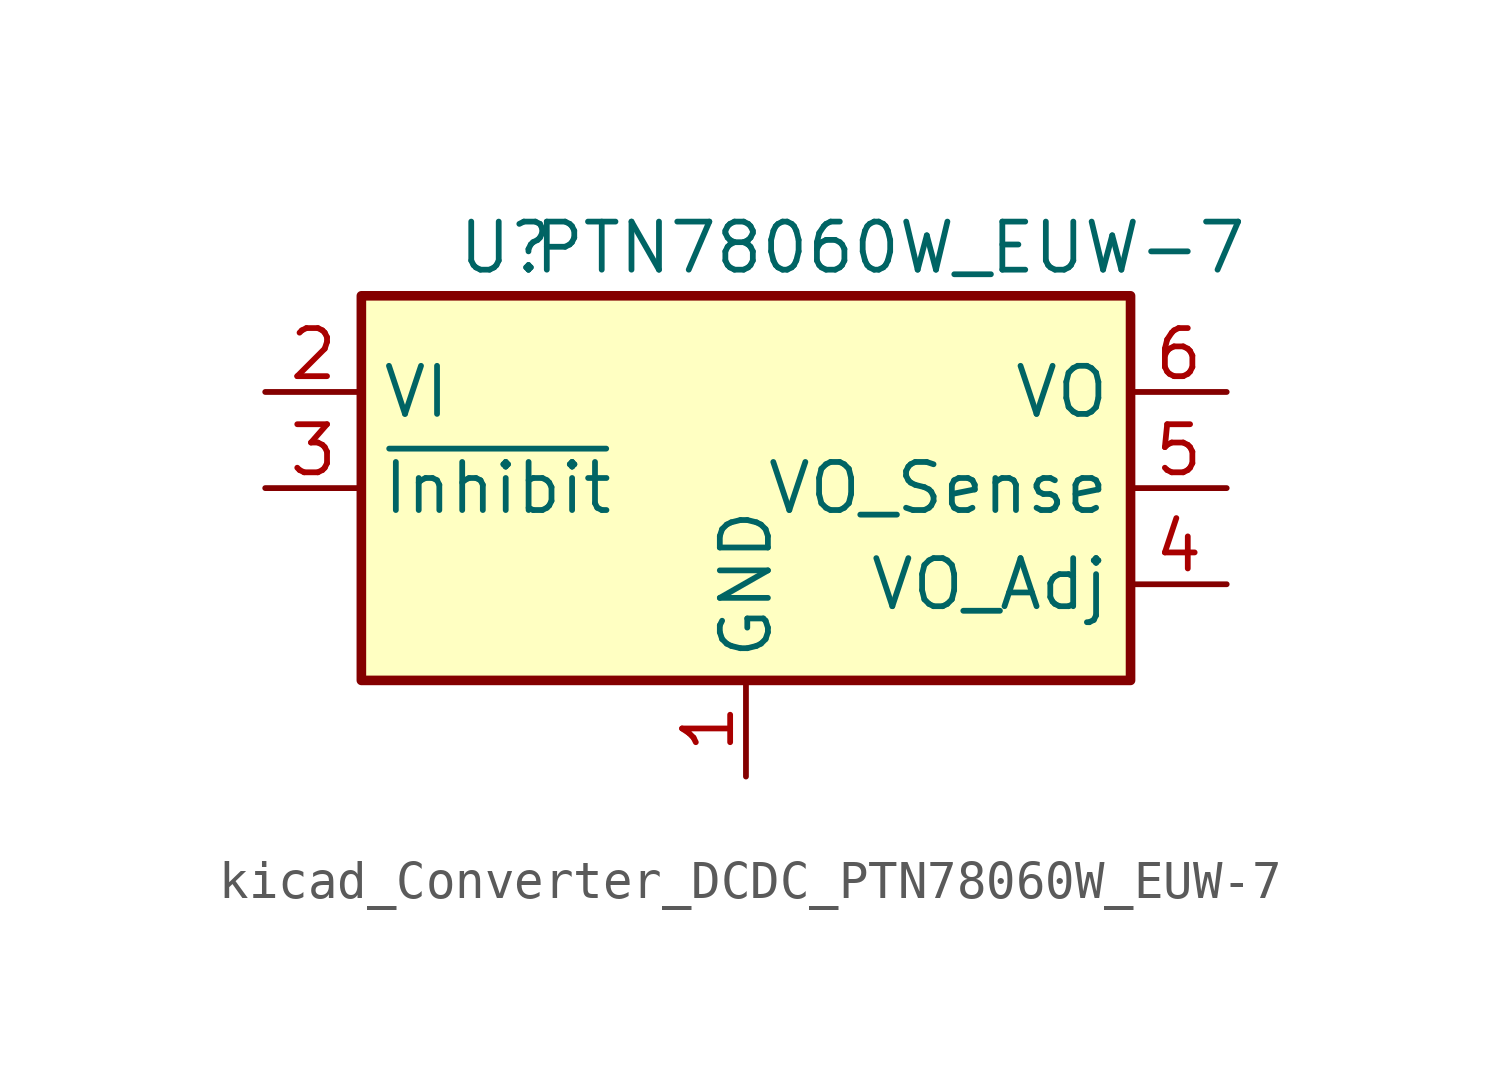
<source format=kicad_sym>
(kicad_symbol_lib
  (version 20220914)
  (generator kicad_symbol_editor)
  (symbol "kicad_Converter_DCDC_PTN78060W_EUW-7"
    (property "Reference" "U"
      (at -6.35 6.35 0)
      (effects (font (size 1.27 1.27))))
    (property "Value" "PTN78060W_EUW-7"
      (at 3.81 6.35 0)
      (effects (font (size 1.27 1.27))))
    (symbol "kicad_Converter_DCDC_PTN78060W_EUW-7_0_1"
      (rectangle (start -10.16 5.08) (end 10.16 -5.08) (stroke (width 0.254) (type default)) (fill (type background))))
    (symbol "kicad_Converter_DCDC_PTN78060W_EUW-7_1_1"
      (pin power_in line (at 0 -7.62 90) (length 2.54) (name "GND" (effects (font (size 1.27 1.27)))) (number "1" (effects (font (size 1.27 1.27)))))
      (pin power_in line (at -12.7 2.54 0) (length 2.54) (name "VI" (effects (font (size 1.27 1.27)))) (number "2" (effects (font (size 1.27 1.27)))))
      (pin input line (at -12.7 0 0) (length 2.54) (name "~{Inhibit}" (effects (font (size 1.27 1.27)))) (number "3" (effects (font (size 1.27 1.27)))))
      (pin input line (at 12.7 -2.54 180) (length 2.54) (name "VO_Adj" (effects (font (size 1.27 1.27)))) (number "4" (effects (font (size 1.27 1.27)))))
      (pin power_out line (at 12.7 0 180) (length 2.54) (name "VO_Sense" (effects (font (size 1.27 1.27)))) (number "5" (effects (font (size 1.27 1.27)))))
      (pin power_out line (at 12.7 2.54 180) (length 2.54) (name "VO" (effects (font (size 1.27 1.27)))) (number "6" (effects (font (size 1.27 1.27)))))
      (pin passive line (at 0 -7.62 90) (length 2.54) hide (name "GND" (effects (font (size 1.27 1.27)))) (number "7" (effects (font (size 1.27 1.27))))))))
</source>
